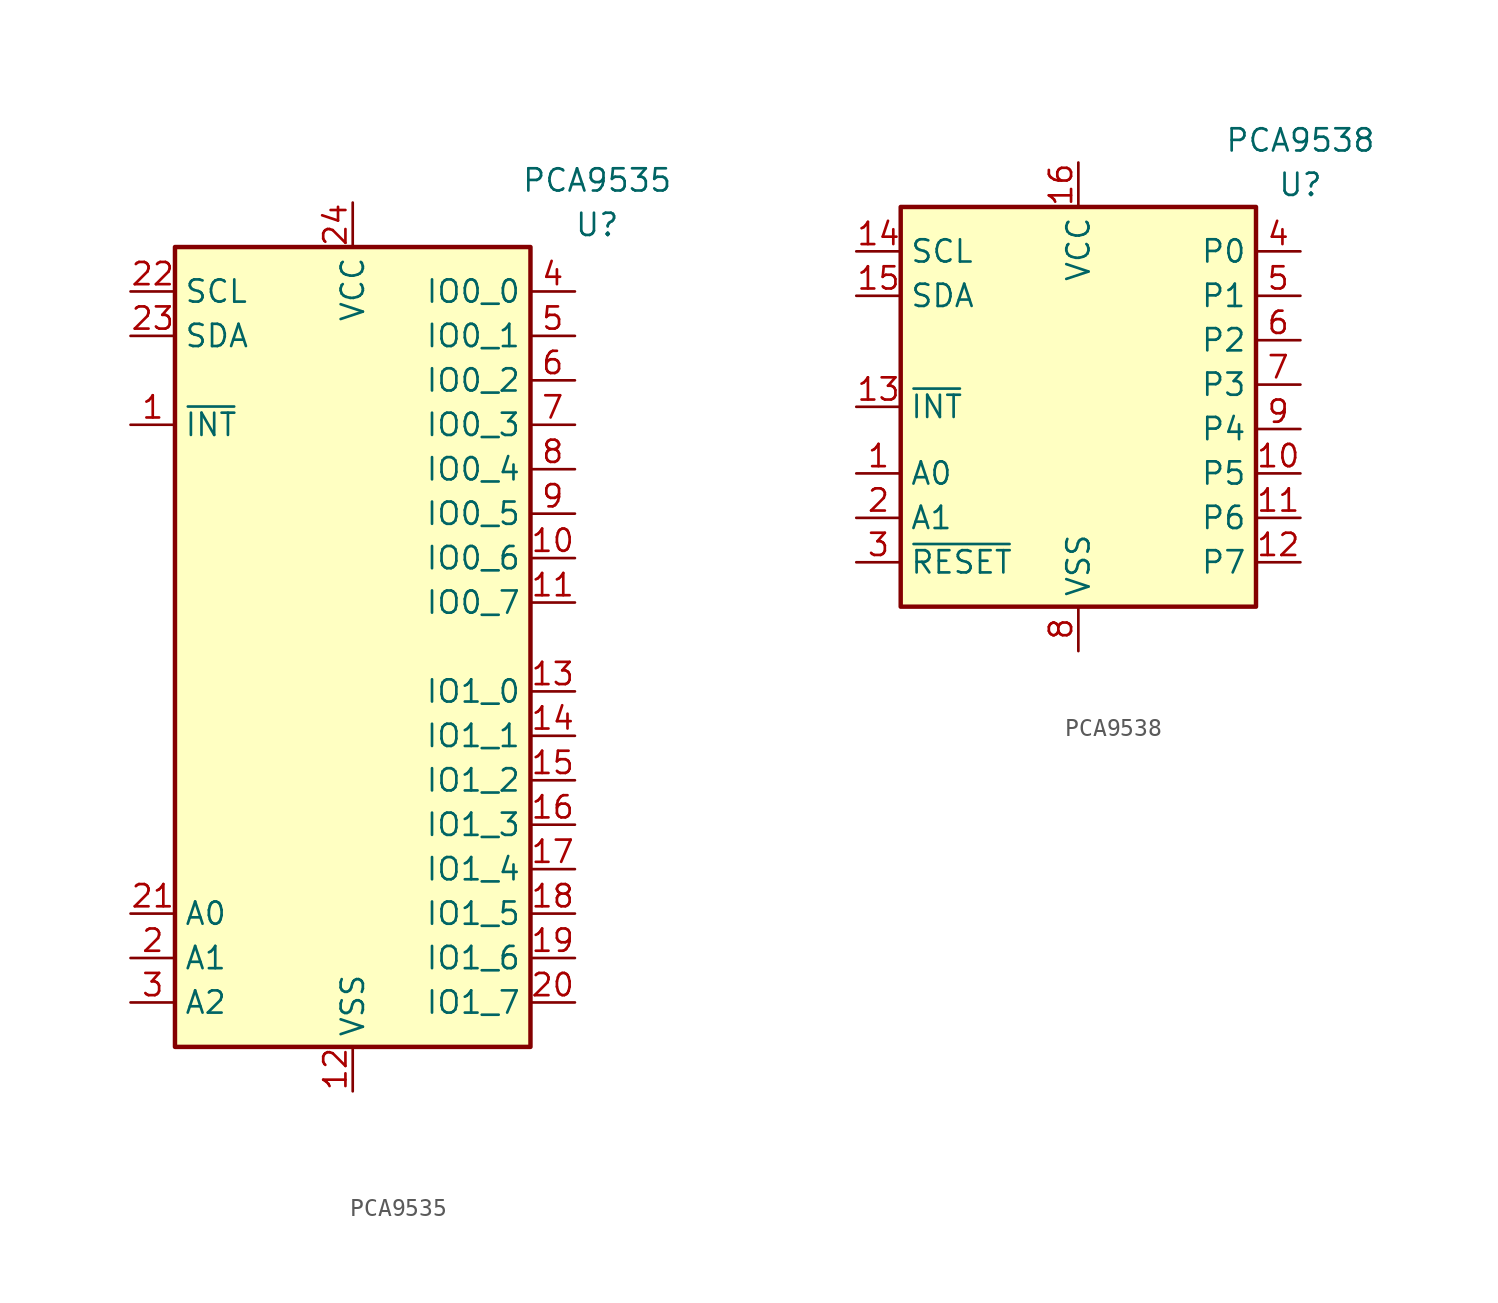
<source format=kicad_sym>
(kicad_symbol_lib
  (version 20211014)
  (generator kicad_symbol_editor)
  (symbol "PCA9535"
    (property "Reference" "U"
      (at 13.97 24.13 0)
      (effects (font (size 1.27 1.27))))
    (property "Value" "PCA9535"
      (at 13.97 26.67 0)
      (effects (font (size 1.27 1.27))))
    (symbol "PCA9535_0_1"
      (rectangle (start -10.16 22.86) (end 10.16 -22.86) (stroke (width 0.254) (type default) (color 0 0 0 0)) (fill (type background))))
    (symbol "PCA9535_1_1"
      (pin open_collector line (at -12.7 12.7 0) (length 2.54) (name "~{INT}" (effects (font (size 1.27 1.27)))) (number "1" (effects (font (size 1.27 1.27)))))
      (pin bidirectional line (at 12.7 5.08 180) (length 2.54) (name "IO0_6" (effects (font (size 1.27 1.27)))) (number "10" (effects (font (size 1.27 1.27)))))
      (pin bidirectional line (at 12.7 2.54 180) (length 2.54) (name "IO0_7" (effects (font (size 1.27 1.27)))) (number "11" (effects (font (size 1.27 1.27)))))
      (pin power_in line (at 0 -25.4 90) (length 2.54) (name "VSS" (effects (font (size 1.27 1.27)))) (number "12" (effects (font (size 1.27 1.27)))))
      (pin bidirectional line (at 12.7 -2.54 180) (length 2.54) (name "IO1_0" (effects (font (size 1.27 1.27)))) (number "13" (effects (font (size 1.27 1.27)))))
      (pin bidirectional line (at 12.7 -5.08 180) (length 2.54) (name "IO1_1" (effects (font (size 1.27 1.27)))) (number "14" (effects (font (size 1.27 1.27)))))
      (pin bidirectional line (at 12.7 -7.62 180) (length 2.54) (name "IO1_2" (effects (font (size 1.27 1.27)))) (number "15" (effects (font (size 1.27 1.27)))))
      (pin bidirectional line (at 12.7 -10.16 180) (length 2.54) (name "IO1_3" (effects (font (size 1.27 1.27)))) (number "16" (effects (font (size 1.27 1.27)))))
      (pin bidirectional line (at 12.7 -12.7 180) (length 2.54) (name "IO1_4" (effects (font (size 1.27 1.27)))) (number "17" (effects (font (size 1.27 1.27)))))
      (pin bidirectional line (at 12.7 -15.24 180) (length 2.54) (name "IO1_5" (effects (font (size 1.27 1.27)))) (number "18" (effects (font (size 1.27 1.27)))))
      (pin bidirectional line (at 12.7 -17.78 180) (length 2.54) (name "IO1_6" (effects (font (size 1.27 1.27)))) (number "19" (effects (font (size 1.27 1.27)))))
      (pin input line (at -12.7 -17.78 0) (length 2.54) (name "A1" (effects (font (size 1.27 1.27)))) (number "2" (effects (font (size 1.27 1.27)))))
      (pin bidirectional line (at 12.7 -20.32 180) (length 2.54) (name "IO1_7" (effects (font (size 1.27 1.27)))) (number "20" (effects (font (size 1.27 1.27)))))
      (pin input line (at -12.7 -15.24 0) (length 2.54) (name "A0" (effects (font (size 1.27 1.27)))) (number "21" (effects (font (size 1.27 1.27)))))
      (pin input line (at -12.7 20.32 0) (length 2.54) (name "SCL" (effects (font (size 1.27 1.27)))) (number "22" (effects (font (size 1.27 1.27)))))
      (pin bidirectional line (at -12.7 17.78 0) (length 2.54) (name "SDA" (effects (font (size 1.27 1.27)))) (number "23" (effects (font (size 1.27 1.27)))))
      (pin power_in line (at 0 25.4 270) (length 2.54) (name "VCC" (effects (font (size 1.27 1.27)))) (number "24" (effects (font (size 1.27 1.27)))))
      (pin input line (at -12.7 -20.32 0) (length 2.54) (name "A2" (effects (font (size 1.27 1.27)))) (number "3" (effects (font (size 1.27 1.27)))))
      (pin bidirectional line (at 12.7 20.32 180) (length 2.54) (name "IO0_0" (effects (font (size 1.27 1.27)))) (number "4" (effects (font (size 1.27 1.27)))))
      (pin bidirectional line (at 12.7 17.78 180) (length 2.54) (name "IO0_1" (effects (font (size 1.27 1.27)))) (number "5" (effects (font (size 1.27 1.27)))))
      (pin bidirectional line (at 12.7 15.24 180) (length 2.54) (name "IO0_2" (effects (font (size 1.27 1.27)))) (number "6" (effects (font (size 1.27 1.27)))))
      (pin bidirectional line (at 12.7 12.7 180) (length 2.54) (name "IO0_3" (effects (font (size 1.27 1.27)))) (number "7" (effects (font (size 1.27 1.27)))))
      (pin bidirectional line (at 12.7 10.16 180) (length 2.54) (name "IO0_4" (effects (font (size 1.27 1.27)))) (number "8" (effects (font (size 1.27 1.27)))))
      (pin bidirectional line (at 12.7 7.62 180) (length 2.54) (name "IO0_5" (effects (font (size 1.27 1.27)))) (number "9" (effects (font (size 1.27 1.27)))))))
  (symbol "PCA9538"
    (property "Reference" "U"
      (at 12.7 12.7 0)
      (effects (font (size 1.27 1.27))))
    (property "Value" "PCA9538"
      (at 12.7 15.24 0)
      (effects (font (size 1.27 1.27))))
    (symbol "PCA9538_0_1"
      (rectangle (start -10.16 11.43) (end 10.16 -11.43) (stroke (width 0.254) (type default) (color 0 0 0 0)) (fill (type background))))
    (symbol "PCA9538_1_1"
      (pin input line (at -12.7 -3.81 0) (length 2.54) (name "A0" (effects (font (size 1.27 1.27)))) (number "1" (effects (font (size 1.27 1.27)))))
      (pin bidirectional line (at 12.7 -3.81 180) (length 2.54) (name "P5" (effects (font (size 1.27 1.27)))) (number "10" (effects (font (size 1.27 1.27)))))
      (pin bidirectional line (at 12.7 -6.35 180) (length 2.54) (name "P6" (effects (font (size 1.27 1.27)))) (number "11" (effects (font (size 1.27 1.27)))))
      (pin bidirectional line (at 12.7 -8.89 180) (length 2.54) (name "P7" (effects (font (size 1.27 1.27)))) (number "12" (effects (font (size 1.27 1.27)))))
      (pin open_collector line (at -12.7 0 0) (length 2.54) (name "~{INT}" (effects (font (size 1.27 1.27)))) (number "13" (effects (font (size 1.27 1.27)))))
      (pin input line (at -12.7 8.89 0) (length 2.54) (name "SCL" (effects (font (size 1.27 1.27)))) (number "14" (effects (font (size 1.27 1.27)))))
      (pin bidirectional line (at -12.7 6.35 0) (length 2.54) (name "SDA" (effects (font (size 1.27 1.27)))) (number "15" (effects (font (size 1.27 1.27)))))
      (pin power_in line (at 0 13.97 270) (length 2.54) (name "VCC" (effects (font (size 1.27 1.27)))) (number "16" (effects (font (size 1.27 1.27)))))
      (pin input line (at -12.7 -6.35 0) (length 2.54) (name "A1" (effects (font (size 1.27 1.27)))) (number "2" (effects (font (size 1.27 1.27)))))
      (pin input line (at -12.7 -8.89 0) (length 2.54) (name "~{RESET}" (effects (font (size 1.27 1.27)))) (number "3" (effects (font (size 1.27 1.27)))))
      (pin bidirectional line (at 12.7 8.89 180) (length 2.54) (name "P0" (effects (font (size 1.27 1.27)))) (number "4" (effects (font (size 1.27 1.27)))))
      (pin bidirectional line (at 12.7 6.35 180) (length 2.54) (name "P1" (effects (font (size 1.27 1.27)))) (number "5" (effects (font (size 1.27 1.27)))))
      (pin bidirectional line (at 12.7 3.81 180) (length 2.54) (name "P2" (effects (font (size 1.27 1.27)))) (number "6" (effects (font (size 1.27 1.27)))))
      (pin bidirectional line (at 12.7 1.27 180) (length 2.54) (name "P3" (effects (font (size 1.27 1.27)))) (number "7" (effects (font (size 1.27 1.27)))))
      (pin power_in line (at 0 -13.97 90) (length 2.54) (name "VSS" (effects (font (size 1.27 1.27)))) (number "8" (effects (font (size 1.27 1.27)))))
      (pin bidirectional line (at 12.7 -1.27 180) (length 2.54) (name "P4" (effects (font (size 1.27 1.27)))) (number "9" (effects (font (size 1.27 1.27))))))))
</source>
